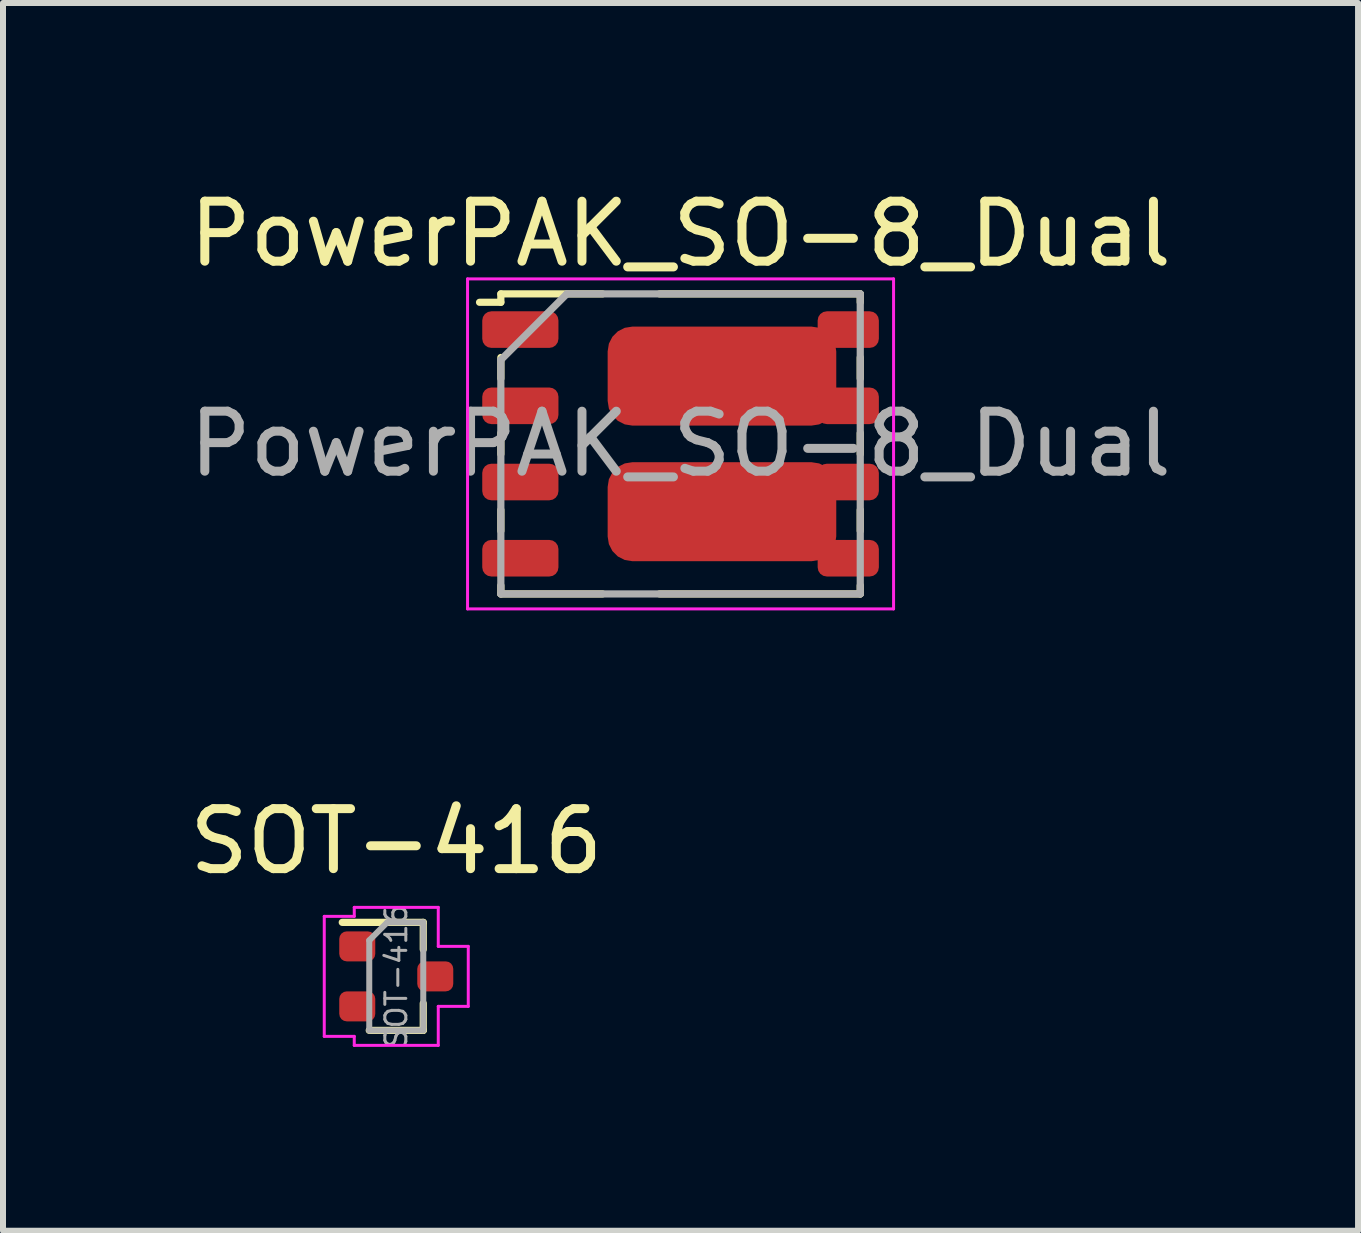
<source format=kicad_pcb>
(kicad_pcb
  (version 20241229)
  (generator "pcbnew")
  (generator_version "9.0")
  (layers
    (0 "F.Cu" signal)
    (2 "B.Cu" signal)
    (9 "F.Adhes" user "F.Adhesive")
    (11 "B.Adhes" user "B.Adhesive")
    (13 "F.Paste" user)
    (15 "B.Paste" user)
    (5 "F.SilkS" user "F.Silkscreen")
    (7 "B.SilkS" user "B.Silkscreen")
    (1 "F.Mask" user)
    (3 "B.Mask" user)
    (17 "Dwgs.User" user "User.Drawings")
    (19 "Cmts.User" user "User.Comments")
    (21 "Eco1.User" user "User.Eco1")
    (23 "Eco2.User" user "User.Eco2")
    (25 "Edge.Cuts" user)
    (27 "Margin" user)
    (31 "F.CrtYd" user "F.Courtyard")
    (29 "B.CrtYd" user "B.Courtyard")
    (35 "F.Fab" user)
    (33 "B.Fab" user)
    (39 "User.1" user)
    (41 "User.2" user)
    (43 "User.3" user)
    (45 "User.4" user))
  (footprint "SOT-416"
    (layer "F.Cu")
    (at 3.554 13.222)
    (property "Reference" "SOT-416" (at 0 -2.25 0) (unlocked yes) (layer "F.SilkS") (effects (font (size 1 1) (thickness 0.15))))
    (attr smd)
    (fp_line (start 0.45 -0.9) (end -0.9 -0.9) (stroke (width 0.12) (type solid)) (layer "F.SilkS"))
    (fp_line (start 0.45 -0.9) (end 0.45 -0.45) (stroke (width 0.12) (type solid)) (layer "F.SilkS"))
    (fp_line (start 0.45 0.9) (end -0.45 0.9) (stroke (width 0.12) (type solid)) (layer "F.SilkS"))
    (fp_line (start 0.45 0.9) (end 0.45 0.45) (stroke (width 0.12) (type solid)) (layer "F.SilkS"))
    (fp_line (start -1.2 -1) (end -0.7 -1) (stroke (width 0.05) (type solid)) (layer "F.CrtYd"))
    (fp_line (start -1.2 1) (end -1.2 -1) (stroke (width 0.05) (type solid)) (layer "F.CrtYd"))
    (fp_line (start -1.2 1) (end -0.7 1) (stroke (width 0.05) (type solid)) (layer "F.CrtYd"))
    (fp_line (start -0.7 -1.15) (end 0.7 -1.15) (stroke (width 0.05) (type solid)) (layer "F.CrtYd"))
    (fp_line (start -0.7 -1) (end -0.7 -1.15) (stroke (width 0.05) (type solid)) (layer "F.CrtYd"))
    (fp_line (start -0.7 1) (end -0.7 1.15) (stroke (width 0.05) (type solid)) (layer "F.CrtYd"))
    (fp_line (start 0.7 -0.5) (end 0.7 -1.15) (stroke (width 0.05) (type solid)) (layer "F.CrtYd"))
    (fp_line (start 0.7 0.5) (end 0.7 1.15) (stroke (width 0.05) (type solid)) (layer "F.CrtYd"))
    (fp_line (start 0.7 1.15) (end -0.7 1.15) (stroke (width 0.05) (type solid)) (layer "F.CrtYd"))
    (fp_line (start 1.2 -0.5) (end 0.7 -0.5) (stroke (width 0.05) (type solid)) (layer "F.CrtYd"))
    (fp_line (start 1.2 -0.5) (end 1.2 0.5) (stroke (width 0.05) (type solid)) (layer "F.CrtYd"))
    (fp_line (start 1.2 0.5) (end 0.7 0.5) (stroke (width 0.05) (type solid)) (layer "F.CrtYd"))
    (fp_line (start -0.45 -0.6) (end -0.45 0.9) (stroke (width 0.1) (type solid)) (layer "F.Fab"))
    (fp_line (start -0.45 0.9) (end 0.45 0.9) (stroke (width 0.1) (type solid)) (layer "F.Fab"))
    (fp_line (start -0.15 -0.9) (end -0.45 -0.6) (stroke (width 0.1) (type solid)) (layer "F.Fab"))
    (fp_line (start -0.15 -0.9) (end 0.45 -0.9) (stroke (width 0.1) (type solid)) (layer "F.Fab"))
    (fp_line (start 0.45 -0.9) (end 0.45 0.9) (stroke (width 0.1) (type solid)) (layer "F.Fab"))
    (fp_text user "${REFERENCE}" (at 0 0 90) (layer "F.Fab") (effects (font (size 0.35 0.35) (thickness 0.05))))
    (pad "1" smd roundrect (at -0.65 -0.5) (size 0.6 0.5) (layers "F.Cu" "F.Mask" "F.Paste") (roundrect_rratio 0.25))
    (pad "2" smd roundrect (at -0.65 0.5) (size 0.6 0.5) (layers "F.Cu" "F.Mask" "F.Paste") (roundrect_rratio 0.25))
    (pad "3" smd roundrect (at 0.65 0) (size 0.6 0.5) (layers "F.Cu" "F.Mask" "F.Paste") (roundrect_rratio 0.25)))
  (footprint "PowerPAK_SO-8_Dual"
    (layer "F.Cu")
    (at 8.292 4.348)
    (property "Reference" "PowerPAK_SO-8_Dual" (at 0 -3.5 0) (unlocked yes) (layer "F.SilkS") (effects (font (size 1 1) (thickness 0.15))))
    (attr smd)
    (fp_line (start -2.995 -2.5) (end -2.995 -2.36) (stroke (width 0.12) (type solid)) (layer "F.SilkS"))
    (fp_line (start -2.995 -2.36) (end -3.35 -2.36) (stroke (width 0.12) (type solid)) (layer "F.SilkS"))
    (fp_line (start -2.995 -1.44) (end -2.995 -1.09) (stroke (width 0.12) (type solid)) (layer "F.SilkS"))
    (fp_line (start -2.995 -0.18) (end -2.995 0.17) (stroke (width 0.12) (type solid)) (layer "F.SilkS"))
    (fp_line (start -2.995 1.1) (end -2.995 1.45) (stroke (width 0.12) (type solid)) (layer "F.SilkS"))
    (fp_line (start -2.995 2.36) (end -2.995 2.5) (stroke (width 0.12) (type solid)) (layer "F.SilkS"))
    (fp_line (start -1.3 -2.5) (end -2.995 -2.5) (stroke (width 0.12) (type solid)) (layer "F.SilkS"))
    (fp_line (start -1.3 2.5) (end -2.995 2.5) (stroke (width 0.12) (type solid)) (layer "F.SilkS"))
    (fp_line (start 2.995 -2.5) (end -0.35 -2.5) (stroke (width 0.12) (type solid)) (layer "F.SilkS"))
    (fp_line (start 2.995 -2.5) (end 2.995 -2.36) (stroke (width 0.12) (type solid)) (layer "F.SilkS"))
    (fp_line (start 2.995 -1.44) (end 2.995 -1.09) (stroke (width 0.12) (type solid)) (layer "F.SilkS"))
    (fp_line (start 2.995 -0.18) (end 2.995 0.17) (stroke (width 0.12) (type solid)) (layer "F.SilkS"))
    (fp_line (start 2.995 1.1) (end 2.995 1.45) (stroke (width 0.12) (type solid)) (layer "F.SilkS"))
    (fp_line (start 2.995 2.36) (end 2.995 2.5) (stroke (width 0.12) (type solid)) (layer "F.SilkS"))
    (fp_line (start 2.995 2.5) (end -0.35 2.5) (stroke (width 0.12) (type solid)) (layer "F.SilkS"))
    (fp_line (start -3.55 -2.75) (end -3.55 2.75) (stroke (width 0.05) (type solid)) (layer "F.CrtYd"))
    (fp_line (start -3.55 -2.75) (end 3.55 -2.75) (stroke (width 0.05) (type solid)) (layer "F.CrtYd"))
    (fp_line (start -3.55 2.75) (end 3.55 2.75) (stroke (width 0.05) (type solid)) (layer "F.CrtYd"))
    (fp_line (start 3.55 -2.75) (end 3.55 2.75) (stroke (width 0.05) (type solid)) (layer "F.CrtYd"))
    (fp_line (start -2.995 -1.4) (end -1.895 -2.5) (stroke (width 0.12) (type solid)) (layer "F.Fab"))
    (fp_line (start -2.995 2.5) (end -2.995 -1.4) (stroke (width 0.12) (type solid)) (layer "F.Fab"))
    (fp_line (start -1.895 -2.5) (end 2.995 -2.5) (stroke (width 0.12) (type solid)) (layer "F.Fab"))
    (fp_line (start 2.995 -2.5) (end 2.995 2.5) (stroke (width 0.12) (type solid)) (layer "F.Fab"))
    (fp_line (start 2.995 2.5) (end -2.995 2.5) (stroke (width 0.12) (type solid)) (layer "F.Fab"))
    (fp_text user "${REFERENCE}" (at 0 0 0) (layer "F.Fab") (effects (font (size 1 1) (thickness 0.15))))
    (pad "1" smd roundrect (at -2.67 -1.905) (size 1.27 0.61) (layers "F.Cu" "F.Mask" "F.Paste") (roundrect_rratio 0.25))
    (pad "2" smd roundrect (at -2.67 -0.635) (size 1.27 0.61) (layers "F.Cu" "F.Mask" "F.Paste") (roundrect_rratio 0.25))
    (pad "3" smd roundrect (at -2.67 0.635) (size 1.27 0.61) (layers "F.Cu" "F.Mask" "F.Paste") (roundrect_rratio 0.25))
    (pad "4" smd roundrect (at -2.67 1.905) (size 1.27 0.61) (layers "F.Cu" "F.Mask" "F.Paste") (roundrect_rratio 0.25))
    (pad "5" smd roundrect (at 0.69 1.13) (size 3.81 1.65) (layers "F.Cu" "F.Mask" "F.Paste") (roundrect_rratio 0.25))
    (pad "5" smd roundrect (at 2.795 1.905) (size 1.02 0.61) (layers "F.Cu" "F.Mask" "F.Paste") (roundrect_rratio 0.25))
    (pad "6" smd roundrect (at 2.795 0.635) (size 1.02 0.61) (layers "F.Cu" "F.Mask" "F.Paste") (roundrect_rratio 0.25))
    (pad "7" smd roundrect (at 0.69 -1.13) (size 3.81 1.65) (layers "F.Cu" "F.Mask" "F.Paste") (roundrect_rratio 0.25))
    (pad "7" smd roundrect (at 2.795 -0.635) (size 1.02 0.61) (layers "F.Cu" "F.Mask" "F.Paste") (roundrect_rratio 0.25))
    (pad "8" smd roundrect (at 2.795 -1.905) (size 1.02 0.61) (layers "F.Cu" "F.Mask" "F.Paste") (roundrect_rratio 0.25)))
  (gr_rect
    (start -3 -3)
    (end 19.583 17.461)
    (stroke (width 0.1) (type default))
    (fill no)
    (layer "Edge.Cuts")))
</source>
